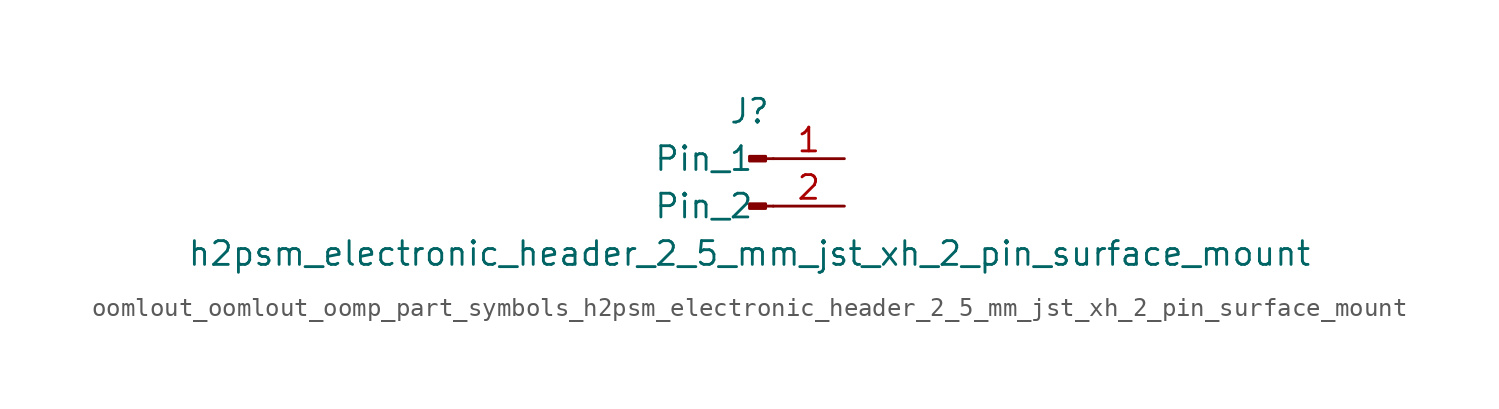
<source format=kicad_sym>
(kicad_symbol_lib
  (version 20220914)
  (generator kicad_symbol_editor)
  (symbol "oomlout_oomlout_oomp_part_symbols_h2psm_electronic_header_2_5_mm_jst_xh_2_pin_surface_mount"
    (pin_names
      (offset 1.016))
    (property "Reference" "J"
      (at 0 2.54 0)
      (effects (font (size 1.27 1.27))))
    (property "Value" "h2psm_electronic_header_2_5_mm_jst_xh_2_pin_surface_mount"
      (at 0 -5.08 0)
      (effects (font (size 1.27 1.27))))
    (property "ki_locked" ""
      (at 0 0 0)
      (effects (font (size 1.27 1.27))))
    (symbol "oomlout_oomlout_oomp_part_symbols_h2psm_electronic_header_2_5_mm_jst_xh_2_pin_surface_mount_1_1"
      (polyline (pts (xy 1.27 -2.54) (xy 0.864 -2.54)) (stroke (width 0.152) (type default)) (fill (type none)))
      (polyline (pts (xy 1.27 0) (xy 0.864 0)) (stroke (width 0.152) (type default)) (fill (type none)))
      (rectangle (start 0.864 -2.413) (end 0 -2.667) (stroke (width 0.152) (type default)) (fill (type outline)))
      (rectangle (start 0.864 0.127) (end 0 -0.127) (stroke (width 0.152) (type default)) (fill (type outline)))
      (pin passive line (at 5.08 0 180) (length 3.81) (name "Pin_1" (effects (font (size 1.27 1.27)))) (number "1" (effects (font (size 1.27 1.27)))))
      (pin passive line (at 5.08 -2.54 180) (length 3.81) (name "Pin_2" (effects (font (size 1.27 1.27)))) (number "2" (effects (font (size 1.27 1.27))))))))
</source>
